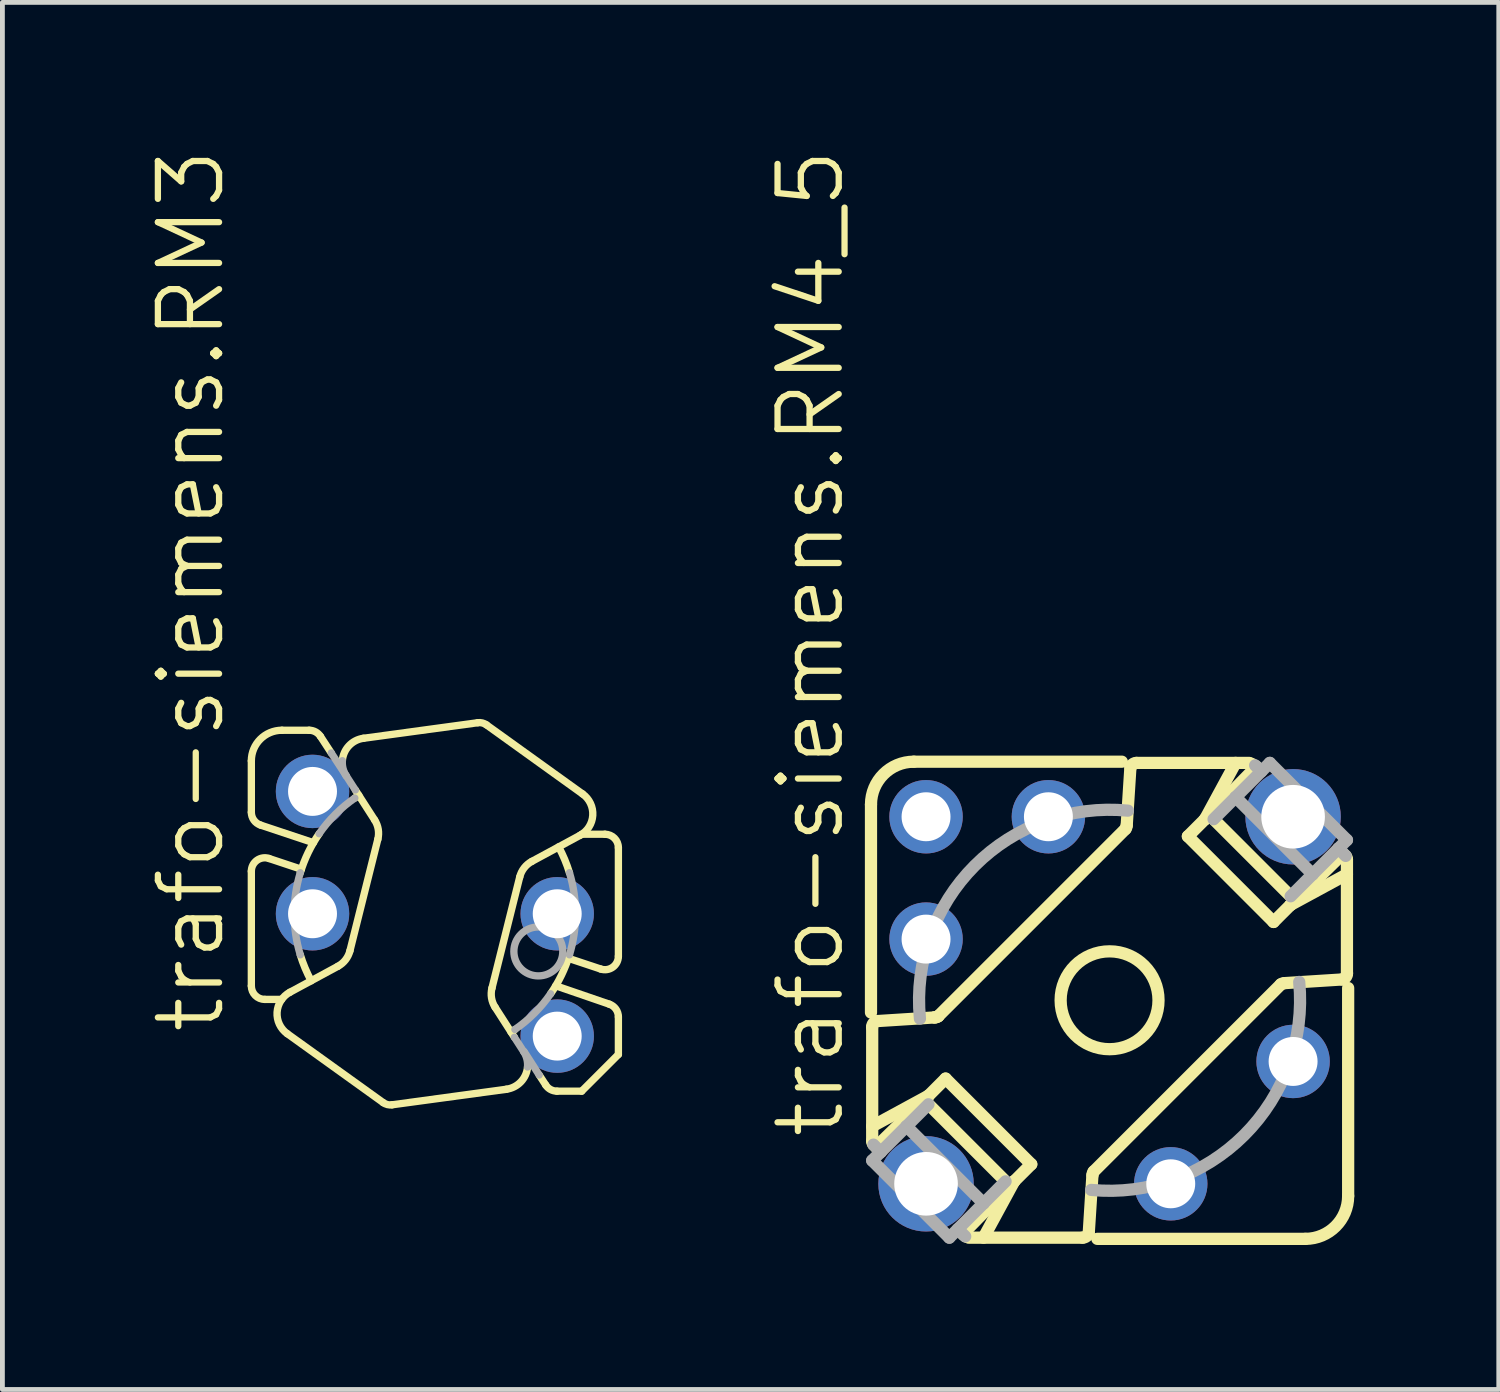
<source format=kicad_pcb>
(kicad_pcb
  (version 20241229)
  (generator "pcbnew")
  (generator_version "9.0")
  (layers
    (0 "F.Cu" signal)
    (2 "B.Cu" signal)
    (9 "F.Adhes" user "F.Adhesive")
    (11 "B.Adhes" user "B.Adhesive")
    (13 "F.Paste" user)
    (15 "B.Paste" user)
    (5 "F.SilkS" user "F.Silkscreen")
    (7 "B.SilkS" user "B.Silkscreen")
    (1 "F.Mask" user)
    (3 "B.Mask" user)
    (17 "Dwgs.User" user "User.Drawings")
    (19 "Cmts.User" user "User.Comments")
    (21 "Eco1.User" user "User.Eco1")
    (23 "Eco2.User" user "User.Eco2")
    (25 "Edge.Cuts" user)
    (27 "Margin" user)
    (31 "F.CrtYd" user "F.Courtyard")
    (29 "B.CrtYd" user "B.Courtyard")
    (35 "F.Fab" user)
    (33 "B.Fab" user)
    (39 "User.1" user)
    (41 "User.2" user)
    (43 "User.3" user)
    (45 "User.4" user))
  (footprint "trafo-siemens.RM3"
    (layer "F.Cu")
    (at 5.978 15.92)
    (property "Reference" "trafo-siemens.RM3" (at -4.318 2.54 90) (layer "F.SilkS") (effects (font (size 1.27 1.27) (thickness 0.13)) (justify left bottom)))
    (attr through_hole)
    (fp_line (start -3.81 -2.106) (end -3.81 -3.175) (stroke (width 0.152) (type default)) (layer "F.SilkS"))
    (fp_line (start -3.81 1.499) (end -3.81 -0.882) (stroke (width 0.152) (type default)) (layer "F.SilkS"))
    (fp_line (start -3.619 -1.841) (end -2.521 -1.475) (stroke (width 0.152) (type default)) (layer "F.SilkS"))
    (fp_line (start -3.531 1.778) (end -3.179 1.778) (stroke (width 0.152) (type default)) (layer "F.SilkS"))
    (fp_line (start -3.442 -1.147) (end -2.771 -0.924) (stroke (width 0.152) (type default)) (layer "F.SilkS"))
    (fp_line (start -3.175 -3.81) (end -2.61 -3.81) (stroke (width 0.152) (type default)) (layer "F.SilkS"))
    (fp_line (start -3.065 2.489) (end -1.072 3.921) (stroke (width 0.152) (type default)) (layer "F.SilkS"))
    (fp_line (start -2.375 -3.682) (end -2.151 -3.339) (stroke (width 0.152) (type default)) (layer "F.SilkS"))
    (fp_line (start -2.014 1.091) (end -3.01 1.63) (stroke (width 0.152) (type default)) (layer "F.SilkS"))
    (fp_line (start -1.651 -2.57) (end -1.25 -1.946) (stroke (width 0.152) (type default)) (layer "F.SilkS"))
    (fp_line (start -1.184 -1.547) (end -1.763 0.768) (stroke (width 0.152) (type default)) (layer "F.SilkS"))
    (fp_line (start 0.89 -3.966) (end -1.482 -3.643) (stroke (width 0.152) (type default)) (layer "F.SilkS"))
    (fp_line (start 1.072 -3.921) (end 3.067 -2.487) (stroke (width 0.152) (type default)) (layer "F.SilkS"))
    (fp_line (start 1.486 3.643) (end -0.89 3.966) (stroke (width 0.152) (type default)) (layer "F.SilkS"))
    (fp_line (start 1.651 2.564) (end 1.251 1.941) (stroke (width 0.152) (type default)) (layer "F.SilkS"))
    (fp_line (start 1.762 -0.764) (end 1.185 1.543) (stroke (width 0.152) (type default)) (layer "F.SilkS"))
    (fp_line (start 2.301 3.555) (end 2.166 3.347) (stroke (width 0.152) (type default)) (layer "F.SilkS"))
    (fp_line (start 2.509 1.495) (end 3.621 1.877) (stroke (width 0.152) (type default)) (layer "F.SilkS"))
    (fp_line (start 2.536 3.683) (end 3.048 3.683) (stroke (width 0.152) (type default)) (layer "F.SilkS"))
    (fp_line (start 2.771 0.924) (end 3.442 1.147) (stroke (width 0.152) (type default)) (layer "F.SilkS"))
    (fp_line (start 3.013 -1.628) (end 2.013 -1.087) (stroke (width 0.152) (type default)) (layer "F.SilkS"))
    (fp_line (start 3.048 3.683) (end 3.81 2.921) (stroke (width 0.152) (type default)) (layer "F.SilkS"))
    (fp_line (start 3.051 -1.651) (end 3.531 -1.651) (stroke (width 0.152) (type default)) (layer "F.SilkS"))
    (fp_line (start 3.81 -1.372) (end 3.81 0.882) (stroke (width 0.152) (type default)) (layer "F.SilkS"))
    (fp_line (start 3.81 2.141) (end 3.81 2.921) (stroke (width 0.152) (type default)) (layer "F.SilkS"))
    (fp_arc (start -3.8101 -0.8824) (mid -3.693967 -1.109189) (end -3.4421 -1.1477) (stroke (width 0.1524) (type default)) (layer "F.SilkS"))
    (fp_arc (start -3.81 -3.175) (mid -3.624013 -3.624013) (end -3.175 -3.81) (stroke (width 0.1524) (type default)) (layer "F.SilkS"))
    (fp_arc (start -3.619 -1.8412) (mid -3.75732 -1.942961) (end -3.81 -2.1064) (stroke (width 0.1524) (type default)) (layer "F.SilkS"))
    (fp_arc (start -3.5306 1.778) (mid -3.728166 1.696166) (end -3.81 1.4986) (stroke (width 0.1524) (type default)) (layer "F.SilkS"))
    (fp_arc (start -3.0647 2.4894) (mid -3.275461 2.044461) (end -3.0102 1.6297) (stroke (width 0.1524) (type default)) (layer "F.SilkS"))
    (fp_arc (start -2.794 -0.8519) (mid -2.629511 -1.271969) (end -2.4023 -1.6617) (stroke (width 0.1524) (type default)) (layer "F.SilkS"))
    (fp_arc (start -2.6101 -3.8099) (mid -2.476449 -3.776004) (end -2.3753 -3.6823) (stroke (width 0.1524) (type default)) (layer "F.SilkS"))
    (fp_arc (start -2.5684 1.3912) (mid -2.694725 1.127208) (end -2.794 0.8519) (stroke (width 0.1524) (type default)) (layer "F.SilkS"))
    (fp_arc (start -1.9205 -3.1775) (mid -1.783883 -3.487898) (end -1.4824 -3.6432) (stroke (width 0.1524) (type default)) (layer "F.SilkS"))
    (fp_arc (start -1.7628 0.7677) (mid -1.854342 0.955938) (end -2.014 1.0913) (stroke (width 0.1524) (type default)) (layer "F.SilkS"))
    (fp_arc (start -1.6617 -2.4023) (mid -1.620535 -2.430253) (end -1.5789 -2.4575) (stroke (width 0.1524) (type default)) (layer "F.SilkS"))
    (fp_arc (start -1.2496 -1.9454) (mid -1.175546 -1.753202) (end -1.1839 -1.5474) (stroke (width 0.1524) (type default)) (layer "F.SilkS"))
    (fp_arc (start -0.8898 3.9665) (mid -0.985457 3.961322) (end -1.0724 3.9211) (stroke (width 0.1524) (type default)) (layer "F.SilkS"))
    (fp_arc (start 0.8898 -3.9665) (mid 0.985457 -3.961322) (end 1.0724 -3.9211) (stroke (width 0.1524) (type default)) (layer "F.SilkS"))
    (fp_arc (start 1.2506 1.9413) (mid 1.176572 1.749044) (end 1.185 1.5432) (stroke (width 0.1524) (type default)) (layer "F.SilkS"))
    (fp_arc (start 1.6617 2.4023) (mid 1.621821 2.429381) (end 1.5815 2.4558) (stroke (width 0.1524) (type default)) (layer "F.SilkS"))
    (fp_arc (start 1.7619 -0.7636) (mid 1.853473 -0.95173) (end 2.0131 -1.087) (stroke (width 0.1524) (type default)) (layer "F.SilkS"))
    (fp_arc (start 1.9237 3.1806) (mid 1.786075 3.488716) (end 1.4858 3.6427) (stroke (width 0.1524) (type default)) (layer "F.SilkS"))
    (fp_arc (start 2.5358 3.6828) (mid 2.402199 3.648892) (end 2.3011 3.5552) (stroke (width 0.1524) (type default)) (layer "F.SilkS"))
    (fp_arc (start 2.5699 -1.3885) (mid 2.695337 -1.125791) (end 2.794 -0.8519) (stroke (width 0.1524) (type default)) (layer "F.SilkS"))
    (fp_arc (start 2.794 0.8519) (mid 2.629511 1.271969) (end 2.4023 1.6617) (stroke (width 0.1524) (type default)) (layer "F.SilkS"))
    (fp_arc (start 3.0673 -2.4871) (mid 3.277901 -2.042461) (end 3.0128 -1.628) (stroke (width 0.1524) (type default)) (layer "F.SilkS"))
    (fp_arc (start 3.5306 -1.651) (mid 3.728166 -1.569166) (end 3.81 -1.3716) (stroke (width 0.1524) (type default)) (layer "F.SilkS"))
    (fp_arc (start 3.6212 1.8766) (mid 3.75787 1.978516) (end 3.8098 2.1409) (stroke (width 0.1524) (type default)) (layer "F.SilkS"))
    (fp_arc (start 3.8097 0.8824) (mid 3.693731 1.108898) (end 3.4422 1.1474) (stroke (width 0.1524) (type default)) (layer "F.SilkS"))
    (fp_line (start -2.151 -3.339) (end -1.843 -2.868) (stroke (width 0.152) (type default)) (layer "F.Fab"))
    (fp_line (start -1.841 -2.865) (end -1.651 -2.57) (stroke (width 0.152) (type default)) (layer "F.Fab"))
    (fp_line (start 1.845 2.865) (end 1.651 2.564) (stroke (width 0.152) (type default)) (layer "F.Fab"))
    (fp_line (start 2.166 3.347) (end 1.852 2.86) (stroke (width 0.152) (type default)) (layer "F.Fab"))
    (fp_arc (start -2.794 0.8519) (mid -2.920988 0) (end -2.794 -0.8519) (stroke (width 0.1524) (type default)) (layer "F.Fab"))
    (fp_arc (start -2.4023 -1.6617) (mid -2.065465 -2.065465) (end -1.6617 -2.4023) (stroke (width 0.1524) (type default)) (layer "F.Fab"))
    (fp_arc (start -1.8411 -2.865) (mid -1.906193 -3.014793) (end -1.9204 -3.1775) (stroke (width 0.1524) (type default)) (layer "F.Fab"))
    (fp_arc (start 1.8445 2.8646) (mid 1.910062 3.016089) (end 1.9236 3.1806) (stroke (width 0.1524) (type default)) (layer "F.Fab"))
    (fp_arc (start 2.4023 1.6617) (mid 2.065465 2.065465) (end 1.6617 2.4023) (stroke (width 0.1524) (type default)) (layer "F.Fab"))
    (fp_arc (start 2.794 -0.8519) (mid 2.920988 0) (end 2.794 0.8519) (stroke (width 0.1524) (type default)) (layer "F.Fab"))
    (fp_circle (center 2.148 0.782) (end 2.656 0.782) (stroke (width 0.152) (type default)) (fill no) (layer "F.Fab"))
    (pad "1" thru_hole circle (at 2.54 2.54) (size 1.524 1.524) (drill 1.016) (layers "*.Cu" "*.Mask"))
    (pad "2" thru_hole circle (at 2.54 0) (size 1.524 1.524) (drill 1.016) (layers "*.Cu" "*.Mask"))
    (pad "3" thru_hole circle (at -2.54 -2.54) (size 1.524 1.524) (drill 1.016) (layers "*.Cu" "*.Mask"))
    (pad "4" thru_hole circle (at -2.54 0) (size 1.524 1.524) (drill 1.016) (layers "*.Cu" "*.Mask")))
  (footprint "trafo-siemens.RM4_5"
    (layer "F.Cu")
    (at 19.985 17.716)
    (property "Reference" "trafo-siemens.RM4_5" (at -5.461 2.921 90) (layer "F.SilkS") (effects (font (size 1.27 1.27) (thickness 0.13)) (justify left bottom)))
    (attr through_hole)
    (fp_line (start -4.953 -4.064) (end -4.953 0.254) (stroke (width 0.254) (type default)) (layer "F.SilkS"))
    (fp_line (start -4.928 0.559) (end -4.928 2.921) (stroke (width 0.254) (type default)) (layer "F.SilkS"))
    (fp_line (start -4.928 2.616) (end -3.759 1.981) (stroke (width 0.254) (type default)) (layer "F.SilkS"))
    (fp_line (start -3.759 1.981) (end -4.851 3.048) (stroke (width 0.254) (type default)) (layer "F.SilkS"))
    (fp_line (start -3.759 2.159) (end -2.159 3.759) (stroke (width 0.254) (type default)) (layer "F.SilkS"))
    (fp_line (start -3.632 0.356) (end -4.826 0.432) (stroke (width 0.254) (type default)) (layer "F.SilkS"))
    (fp_line (start -3.556 0.33) (end 0.33 -3.556) (stroke (width 0.254) (type default)) (layer "F.SilkS"))
    (fp_line (start -3.404 1.626) (end -3.759 1.981) (stroke (width 0.254) (type default)) (layer "F.SilkS"))
    (fp_line (start -3.404 1.626) (end -1.626 3.404) (stroke (width 0.254) (type default)) (layer "F.SilkS"))
    (fp_line (start -3.048 4.851) (end -1.981 3.759) (stroke (width 0.254) (type default)) (layer "F.SilkS"))
    (fp_line (start -1.981 3.759) (end -2.616 4.928) (stroke (width 0.254) (type default)) (layer "F.SilkS"))
    (fp_line (start -1.981 3.759) (end -1.626 3.404) (stroke (width 0.254) (type default)) (layer "F.SilkS"))
    (fp_line (start -0.559 4.928) (end -2.921 4.928) (stroke (width 0.254) (type default)) (layer "F.SilkS"))
    (fp_line (start -0.356 3.632) (end -0.432 4.826) (stroke (width 0.254) (type default)) (layer "F.SilkS"))
    (fp_line (start -0.33 3.556) (end 3.556 -0.33) (stroke (width 0.254) (type default)) (layer "F.SilkS"))
    (fp_line (start 0.254 -4.953) (end -4.064 -4.953) (stroke (width 0.254) (type default)) (layer "F.SilkS"))
    (fp_line (start 0.356 -3.632) (end 0.432 -4.826) (stroke (width 0.254) (type default)) (layer "F.SilkS"))
    (fp_line (start 0.559 -4.928) (end 2.896 -4.928) (stroke (width 0.254) (type default)) (layer "F.SilkS"))
    (fp_line (start 1.626 -3.404) (end 3.404 -1.626) (stroke (width 0.254) (type default)) (layer "F.SilkS"))
    (fp_line (start 1.981 -3.759) (end 1.626 -3.404) (stroke (width 0.254) (type default)) (layer "F.SilkS"))
    (fp_line (start 2.159 -3.759) (end 3.759 -2.159) (stroke (width 0.254) (type default)) (layer "F.SilkS"))
    (fp_line (start 2.616 -4.928) (end 1.981 -3.759) (stroke (width 0.254) (type default)) (layer "F.SilkS"))
    (fp_line (start 3.048 -4.851) (end 1.981 -3.759) (stroke (width 0.254) (type default)) (layer "F.SilkS"))
    (fp_line (start 3.404 -1.626) (end 3.759 -1.981) (stroke (width 0.254) (type default)) (layer "F.SilkS"))
    (fp_line (start 3.632 -0.356) (end 4.826 -0.432) (stroke (width 0.254) (type default)) (layer "F.SilkS"))
    (fp_line (start 3.759 -1.981) (end 4.851 -3.048) (stroke (width 0.254) (type default)) (layer "F.SilkS"))
    (fp_line (start 3.759 -1.981) (end 4.928 -2.616) (stroke (width 0.254) (type default)) (layer "F.SilkS"))
    (fp_line (start 4.064 4.953) (end -0.254 4.953) (stroke (width 0.254) (type default)) (layer "F.SilkS"))
    (fp_line (start 4.928 -0.559) (end 4.928 -2.921) (stroke (width 0.254) (type default)) (layer "F.SilkS"))
    (fp_line (start 4.953 -0.254) (end 4.953 4.064) (stroke (width 0.254) (type default)) (layer "F.SilkS"))
    (fp_arc (start -4.953 -4.064) (mid -4.692618 -4.692618) (end -4.064 -4.953) (stroke (width 0.254) (type default)) (layer "F.SilkS"))
    (fp_arc (start -4.9301 0.5588) (mid -4.900881 0.476445) (end -4.826 0.4314) (stroke (width 0.254) (type default)) (layer "F.SilkS"))
    (fp_arc (start -4.9022 2.9972) (mid -4.921083 2.961161) (end -4.9276 2.921) (stroke (width 0.254) (type default)) (layer "F.SilkS"))
    (fp_arc (start -3.556 0.3302) (mid -3.592039 0.349083) (end -3.6322 0.3556) (stroke (width 0.254) (type default)) (layer "F.SilkS"))
    (fp_arc (start -3.556 0.3302) (mid -3.592039 0.349083) (end -3.6322 0.3556) (stroke (width 0.254) (type default)) (layer "F.SilkS"))
    (fp_arc (start -2.9492 4.9161) (mid -2.988809 4.901882) (end -3.0226 4.8768) (stroke (width 0.254) (type default)) (layer "F.SilkS"))
    (fp_arc (start -0.4342 4.8255) (mid -0.478241 4.898833) (end -0.5588 4.9276) (stroke (width 0.254) (type default)) (layer "F.SilkS"))
    (fp_arc (start -0.3556 3.6322) (mid -0.349083 3.592039) (end -0.3302 3.556) (stroke (width 0.254) (type default)) (layer "F.SilkS"))
    (fp_arc (start 0.3556 -3.6322) (mid 0.349083 -3.592039) (end 0.3302 -3.556) (stroke (width 0.254) (type default)) (layer "F.SilkS"))
    (fp_arc (start 0.4343 -4.8255) (mid 0.478319 -4.898724) (end 0.5588 -4.9274) (stroke (width 0.254) (type default)) (layer "F.SilkS"))
    (fp_arc (start 2.9238 -4.9161) (mid 2.963409 -4.901882) (end 2.9972 -4.8768) (stroke (width 0.254) (type default)) (layer "F.SilkS"))
    (fp_arc (start 3.556 -0.3302) (mid 3.592039 -0.349083) (end 3.6322 -0.3556) (stroke (width 0.254) (type default)) (layer "F.SilkS"))
    (fp_arc (start 4.9022 -2.9972) (mid 4.921083 -2.961161) (end 4.9276 -2.921) (stroke (width 0.254) (type default)) (layer "F.SilkS"))
    (fp_arc (start 4.9297 -0.5588) (mid 4.900599 -0.476725) (end 4.826 -0.4318) (stroke (width 0.254) (type default)) (layer "F.SilkS"))
    (fp_arc (start 4.953 4.064) (mid 4.692618 4.692618) (end 4.064 4.953) (stroke (width 0.254) (type default)) (layer "F.SilkS"))
    (fp_circle (center 0 0) (end 1.016 0) (stroke (width 0.254) (type default)) (fill no) (layer "F.SilkS"))
    (fp_line (start -4.928 3.327) (end -4.75 3.15) (stroke (width 0.254) (type default)) (layer "F.Fab"))
    (fp_line (start -4.902 2.997) (end -4.75 3.15) (stroke (width 0.254) (type default)) (layer "F.Fab"))
    (fp_line (start -4.75 3.15) (end -4.216 2.616) (stroke (width 0.254) (type default)) (layer "F.Fab"))
    (fp_line (start -4.216 2.616) (end -3.759 2.159) (stroke (width 0.254) (type default)) (layer "F.Fab"))
    (fp_line (start -4.216 2.616) (end -2.616 4.216) (stroke (width 0.254) (type default)) (layer "F.Fab"))
    (fp_line (start -3.327 4.928) (end -4.928 3.327) (stroke (width 0.254) (type default)) (layer "F.Fab"))
    (fp_line (start -3.15 4.75) (end -2.997 4.902) (stroke (width 0.254) (type default)) (layer "F.Fab"))
    (fp_line (start -2.616 4.216) (end -3.327 4.928) (stroke (width 0.254) (type default)) (layer "F.Fab"))
    (fp_line (start -2.159 3.759) (end -2.616 4.216) (stroke (width 0.254) (type default)) (layer "F.Fab"))
    (fp_line (start 2.616 -4.216) (end 2.159 -3.759) (stroke (width 0.254) (type default)) (layer "F.Fab"))
    (fp_line (start 2.616 -4.216) (end 4.216 -2.616) (stroke (width 0.254) (type default)) (layer "F.Fab"))
    (fp_line (start 3.023 -4.877) (end 3.15 -4.75) (stroke (width 0.254) (type default)) (layer "F.Fab"))
    (fp_line (start 3.327 -4.928) (end 2.616 -4.216) (stroke (width 0.254) (type default)) (layer "F.Fab"))
    (fp_line (start 3.759 -2.159) (end 4.216 -2.616) (stroke (width 0.254) (type default)) (layer "F.Fab"))
    (fp_line (start 4.216 -2.616) (end 4.75 -3.15) (stroke (width 0.254) (type default)) (layer "F.Fab"))
    (fp_line (start 4.75 -3.15) (end 4.902 -2.997) (stroke (width 0.254) (type default)) (layer "F.Fab"))
    (fp_line (start 4.75 -3.15) (end 4.928 -3.327) (stroke (width 0.254) (type default)) (layer "F.Fab"))
    (fp_line (start 4.928 -3.327) (end 3.327 -4.928) (stroke (width 0.254) (type default)) (layer "F.Fab"))
    (fp_arc (start -3.937 0.381) (mid -2.796885 -2.796885) (end 0.381 -3.937) (stroke (width 0.254) (type default)) (layer "F.Fab"))
    (fp_arc (start 3.937 -0.381) (mid 2.796885 2.796885) (end -0.381 3.937) (stroke (width 0.254) (type default)) (layer "F.Fab"))
    (pad "1" thru_hole circle (at -3.81 -3.81) (size 1.524 1.524) (drill 1.016) (layers "*.Cu" "*.Mask"))
    (pad "2" thru_hole circle (at -3.81 -1.27) (size 1.524 1.524) (drill 1.016) (layers "*.Cu" "*.Mask"))
    (pad "3" thru_hole circle (at 1.27 3.81) (size 1.524 1.524) (drill 1.016) (layers "*.Cu" "*.Mask"))
    (pad "5" thru_hole circle (at 3.81 1.27) (size 1.524 1.524) (drill 1.016) (layers "*.Cu" "*.Mask"))
    (pad "6" thru_hole circle (at -1.27 -3.81) (size 1.524 1.524) (drill 1.016) (layers "*.Cu" "*.Mask"))
    (pad "M1" thru_hole circle (at -3.81 3.81) (size 1.981 1.981) (drill 1.321) (layers "*.Cu" "*.Mask"))
    (pad "M2" thru_hole circle (at 3.81 -3.81) (size 1.981 1.981) (drill 1.321) (layers "*.Cu" "*.Mask")))
  (gr_rect
    (start -3 -3)
    (end 28.065 25.796)
    (stroke (width 0.1) (type default))
    (fill no)
    (layer "Edge.Cuts")))
</source>
